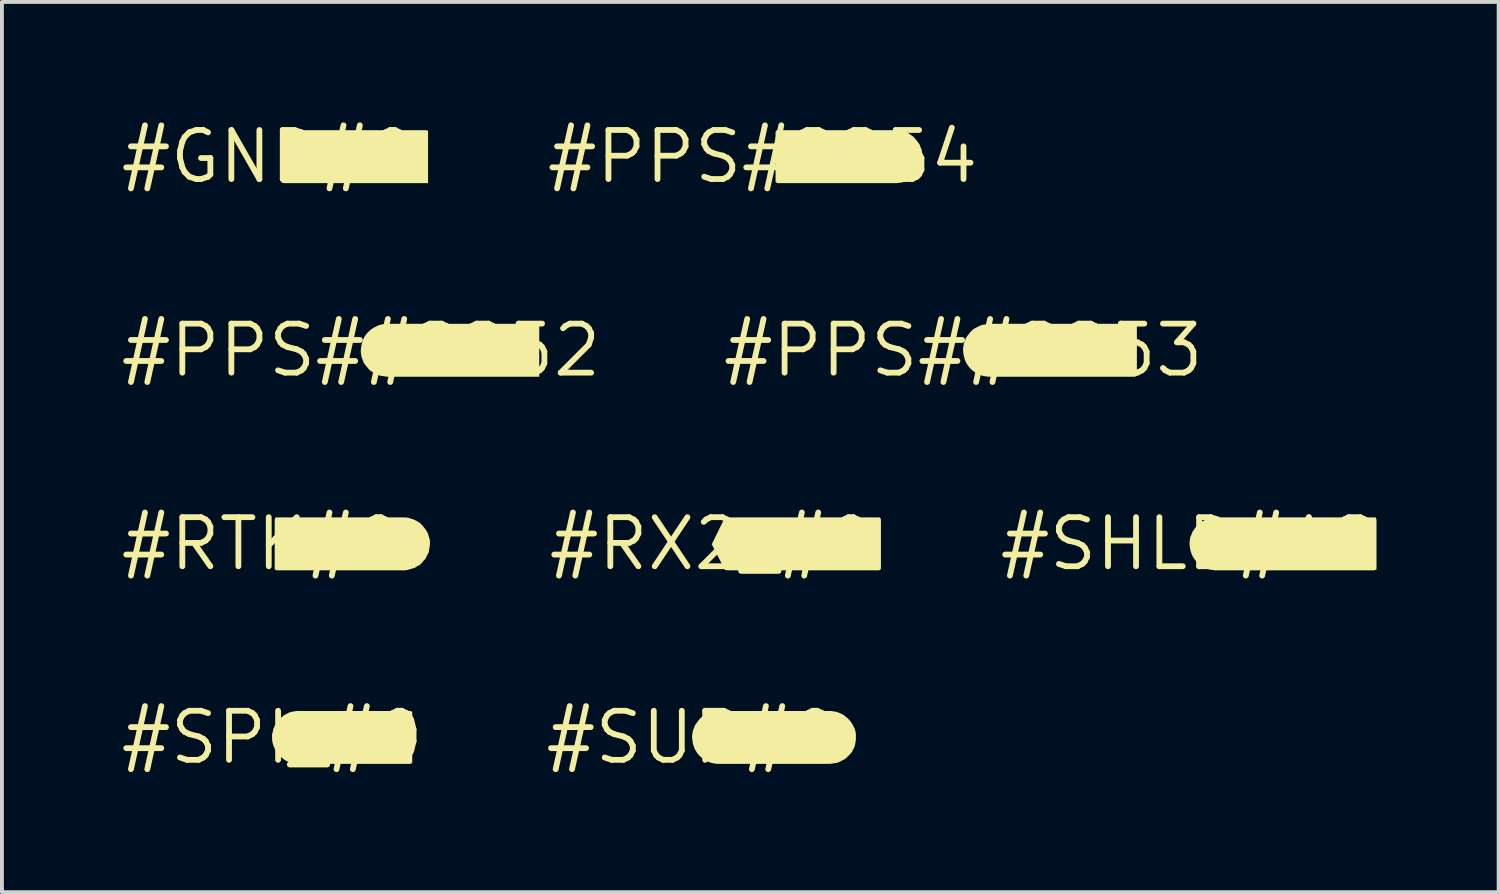
<source format=kicad_pcb>
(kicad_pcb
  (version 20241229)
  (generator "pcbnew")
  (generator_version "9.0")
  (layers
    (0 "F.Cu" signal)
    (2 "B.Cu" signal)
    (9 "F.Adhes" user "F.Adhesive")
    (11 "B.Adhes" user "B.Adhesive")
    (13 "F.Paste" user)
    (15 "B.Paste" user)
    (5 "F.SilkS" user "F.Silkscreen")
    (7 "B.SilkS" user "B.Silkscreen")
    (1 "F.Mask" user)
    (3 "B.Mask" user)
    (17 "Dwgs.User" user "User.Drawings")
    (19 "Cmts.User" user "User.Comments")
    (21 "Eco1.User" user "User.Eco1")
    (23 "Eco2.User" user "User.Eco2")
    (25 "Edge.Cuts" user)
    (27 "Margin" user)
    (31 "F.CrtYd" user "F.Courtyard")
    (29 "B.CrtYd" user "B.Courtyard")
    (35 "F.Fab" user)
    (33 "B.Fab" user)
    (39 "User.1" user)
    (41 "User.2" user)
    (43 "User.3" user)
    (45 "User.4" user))
  (footprint "#PPS##2252"
    (layer "F.Cu")
    (at 6.297 6.019)
    (property "Reference" "#PPS##2252" (at 0 0 0) (layer "F.SilkS") (effects (font (size 1.27 1.27) (thickness 0.15))))
    (fp_poly (pts (xy 1.182 -0.245) (xy 1.235 -0.192) (xy 1.245 -0.12) (xy 1.224 -0.057) (xy 1.172 -0.015) (xy 0.988 -0.015) (xy 0.955 -0.058) (xy 0.955 -0.201) (xy 0.977 -0.255) (xy 1.11 -0.255)) (stroke (width 0) (type default)) (fill yes) (layer "F.SilkS"))
    (fp_poly (pts (xy 2.143 -0.224) (xy 2.185 -0.172) (xy 2.185 -0.098) (xy 2.143 -0.046) (xy 2.041 -0.015) (xy 1.906 -0.015) (xy 1.895 -0.09) (xy 1.895 -0.223) (xy 1.938 -0.255) (xy 2.081 -0.255)) (stroke (width 0) (type default)) (fill yes) (layer "F.SilkS"))
    (fp_poly (pts (xy 4.615 -0.685) (xy 4.615 0.685) (xy 0.68 0.685) (xy 0.609 0.675) (xy 0.539 0.665) (xy 0.479 0.655) (xy 0.408 0.625) (xy 0.348 0.594) (xy 0.297 0.564) (xy 0.237 0.524) (xy 0.186 0.473) (xy 0.146 0.423) (xy 0.106 0.373) (xy 0.065 0.312) (xy 0.045 0.252) (xy 0.015 0.181) (xy 0.005 0.121) (xy -0.005 0.05) (xy -0.005 -0.02) (xy 0.005 -0.091) (xy 0.015 -0.151) (xy 0.035 -0.221) (xy 0.055 -0.282) (xy 0.086 -0.343) (xy 0.126 -0.403) (xy 0.166 -0.453) (xy 0.217 -0.504) (xy 0.267 -0.544) (xy 0.327 -0.584) (xy 0.448 -0.645) (xy 0.519 -0.665) (xy 0.579 -0.675) (xy 0.65 -0.685)) (stroke (width 0) (type default)) (fill yes) (layer "F.SilkS")))
  (footprint "#RX2_#0"
    (layer "F.Cu")
    (at 15.383 11.031)
    (property "Reference" "#RX2_#0" (at 0 0 0) (layer "F.SilkS") (effects (font (size 1.27 1.27) (thickness 0.15))))
    (fp_poly (pts (xy 1.183 -0.244) (xy 1.235 -0.192) (xy 1.245 -0.119) (xy 1.214 -0.056) (xy 1.161 -0.025) (xy 1.018 -0.025) (xy 0.955 -0.067) (xy 0.955 -0.211) (xy 0.977 -0.265) (xy 1.121 -0.265)) (stroke (width 0) (type default)) (fill yes) (layer "F.SilkS"))
    (fp_poly (pts (xy 4.343 -0.685) (xy 4.375 -0.642) (xy 4.375 0.652) (xy 4.332 0.685) (xy 0.4 0.685) (xy 0.337 0.675) (xy -0.006 0.01) (xy 0.026 -0.052) (xy 0.326 -0.664) (xy 0.389 -0.685)) (stroke (width 0) (type default)) (fill yes) (layer "F.SilkS")))
  (footprint "#SPI_#0"
    (layer "F.Cu")
    (at 3.999 16.043)
    (property "Reference" "#SPI_#0" (at 0 0 0) (layer "F.SilkS") (effects (font (size 1.27 1.27) (thickness 0.15))))
    (fp_poly (pts (xy 2.072 -0.234) (xy 2.125 -0.193) (xy 2.135 -0.12) (xy 2.114 -0.056) (xy 2.011 -0.015) (xy 1.877 -0.015) (xy 1.855 -0.069) (xy 1.855 -0.201) (xy 1.877 -0.255) (xy 2.011 -0.255)) (stroke (width 0) (type default)) (fill yes) (layer "F.SilkS"))
    (fp_poly (pts (xy 3.592 -0.685) (xy 3.625 -0.652) (xy 3.625 0.642) (xy 3.592 0.685) (xy 0.68 0.685) (xy 0.619 0.675) (xy 0.549 0.665) (xy 0.479 0.655) (xy 0.418 0.635) (xy 0.357 0.604) (xy 0.297 0.564) (xy 0.247 0.524) (xy 0.197 0.484) (xy 0.146 0.433) (xy 0.106 0.373) (xy 0.045 0.252) (xy 0.025 0.191) (xy 0.005 0.121) (xy -0.005 0.05) (xy -0.005 -0.081) (xy 0.015 -0.151) (xy 0.025 -0.211) (xy 0.055 -0.282) (xy 0.086 -0.343) (xy 0.126 -0.393) (xy 0.166 -0.453) (xy 0.207 -0.494) (xy 0.267 -0.544) (xy 0.317 -0.584) (xy 0.438 -0.645) (xy 0.509 -0.665) (xy 0.569 -0.675) (xy 0.64 -0.685)) (stroke (width 0) (type default)) (fill yes) (layer "F.SilkS")))
  (footprint "#GND#0"
    (layer "F.Cu")
    (at 3.908 1.006)
    (property "Reference" "#GND#0" (at 0 0 0) (layer "F.SilkS") (effects (font (size 1.27 1.27) (thickness 0.15))))
    (fp_poly (pts (xy 4.06 -0.685) (xy 4.125 -0.674) (xy 4.125 0.685) (xy 0.4 0.685) (xy 0.335 0.674) (xy 0.335 -0.685)) (stroke (width 0) (type default)) (fill yes) (layer "F.SilkS"))
    (fp_poly (pts (xy 3.283 -0.224) (xy 3.334 -0.184) (xy 3.374 -0.133) (xy 3.405 -0.072) (xy 3.415 0) (xy 3.405 0.072) (xy 3.374 0.133) (xy 3.334 0.183) (xy 3.283 0.234) (xy 3.251 0.245) (xy 3.046 0.245) (xy 3.035 0.18) (xy 3.035 -0.223) (xy 3.078 -0.255) (xy 3.221 -0.255)) (stroke (width 0) (type default)) (fill yes) (layer "F.SilkS")))
  (footprint "#PPS##2253"
    (layer "F.Cu")
    (at 21.89 6.019)
    (property "Reference" "#PPS##2253" (at 0 0 0) (layer "F.SilkS") (effects (font (size 1.27 1.27) (thickness 0.15))))
    (fp_poly (pts (xy 1.204 -0.224) (xy 1.235 -0.172) (xy 1.245 -0.099) (xy 1.203 -0.046) (xy 1.101 -0.015) (xy 0.955 -0.015) (xy 0.955 -0.223) (xy 0.998 -0.255) (xy 1.141 -0.255)) (stroke (width 0) (type default)) (fill yes) (layer "F.SilkS"))
    (fp_poly (pts (xy 2.154 -0.213) (xy 2.185 -0.151) (xy 2.175 -0.078) (xy 2.133 -0.026) (xy 2.091 -0.015) (xy 1.949 -0.015) (xy 1.895 -0.037) (xy 1.895 -0.244) (xy 1.96 -0.255) (xy 2.102 -0.255)) (stroke (width 0) (type default)) (fill yes) (layer "F.SilkS"))
    (fp_poly (pts (xy 4.495 -0.631) (xy 4.495 0.663) (xy 4.441 0.685) (xy 0.65 0.685) (xy 0.579 0.675) (xy 0.519 0.665) (xy 0.448 0.645) (xy 0.327 0.584) (xy 0.267 0.544) (xy 0.217 0.504) (xy 0.166 0.453) (xy 0.126 0.403) (xy 0.086 0.343) (xy 0.055 0.282) (xy 0.035 0.221) (xy 0.015 0.151) (xy 0.005 0.091) (xy -0.005 0.02) (xy -0.005 -0.05) (xy 0.005 -0.111) (xy 0.015 -0.182) (xy 0.045 -0.242) (xy 0.065 -0.312) (xy 0.106 -0.373) (xy 0.146 -0.423) (xy 0.186 -0.473) (xy 0.237 -0.524) (xy 0.287 -0.564) (xy 0.348 -0.594) (xy 0.408 -0.625) (xy 0.479 -0.655) (xy 0.539 -0.665) (xy 0.609 -0.675) (xy 0.68 -0.685) (xy 4.473 -0.685)) (stroke (width 0) (type default)) (fill yes) (layer "F.SilkS")))
  (footprint "#SUP#0"
    (layer "F.Cu")
    (at 14.875 16.043)
    (property "Reference" "#SUP#0" (at 0 0 0) (layer "F.SilkS") (effects (font (size 1.27 1.27) (thickness 0.15))))
    (fp_poly (pts (xy 3.123 -0.234) (xy 3.175 -0.182) (xy 3.185 -0.109) (xy 3.154 -0.046) (xy 3.051 -0.015) (xy 2.906 -0.015) (xy 2.895 -0.07) (xy 2.895 -0.212) (xy 2.928 -0.255) (xy 3.061 -0.255)) (stroke (width 0) (type default)) (fill yes) (layer "F.SilkS"))
    (fp_poly (pts (xy 3.59 -0.685) (xy 3.651 -0.675) (xy 3.721 -0.665) (xy 3.782 -0.645) (xy 3.852 -0.615) (xy 3.913 -0.584) (xy 3.963 -0.544) (xy 4.013 -0.504) (xy 4.064 -0.453) (xy 4.104 -0.403) (xy 4.144 -0.343) (xy 4.205 -0.222) (xy 4.225 -0.151) (xy 4.235 -0.09) (xy 4.235 0.05) (xy 4.225 0.121) (xy 4.215 0.181) (xy 4.195 0.252) (xy 4.134 0.373) (xy 4.094 0.423) (xy 4.044 0.474) (xy 3.993 0.524) (xy 3.943 0.564) (xy 3.762 0.655) (xy 3.691 0.665) (xy 3.621 0.675) (xy 3.56 0.685) (xy 0.65 0.685) (xy 0.579 0.675) (xy 0.519 0.665) (xy 0.448 0.645) (xy 0.327 0.584) (xy 0.267 0.544) (xy 0.217 0.504) (xy 0.166 0.453) (xy 0.126 0.403) (xy 0.086 0.343) (xy 0.055 0.282) (xy 0.035 0.222) (xy 0.015 0.161) (xy 0.005 0.091) (xy -0.005 0.02) (xy -0.005 -0.05) (xy 0.005 -0.111) (xy 0.015 -0.182) (xy 0.045 -0.242) (xy 0.065 -0.312) (xy 0.106 -0.363) (xy 0.146 -0.423) (xy 0.186 -0.473) (xy 0.237 -0.524) (xy 0.287 -0.564) (xy 0.468 -0.655) (xy 0.539 -0.665) (xy 0.609 -0.675) (xy 0.67 -0.685)) (stroke (width 0) (type default)) (fill yes) (layer "F.SilkS")))
  (footprint "#RTK#0"
    (layer "F.Cu")
    (at 3.727 11.031)
    (property "Reference" "#RTK#0" (at 0 0 0) (layer "F.SilkS") (effects (font (size 1.27 1.27) (thickness 0.15))))
    (fp_poly (pts (xy 1.152 -0.255) (xy 1.214 -0.224) (xy 1.245 -0.161) (xy 1.235 -0.088) (xy 1.182 -0.035) (xy 1.12 -0.025) (xy 0.979 -0.025) (xy 0.955 -0.037) (xy 0.955 -0.254) (xy 1.02 -0.265) (xy 1.09 -0.265)) (stroke (width 0) (type default)) (fill yes) (layer "F.SilkS"))
    (fp_poly (pts (xy 3.73 -0.685) (xy 3.791 -0.675) (xy 3.861 -0.655) (xy 3.922 -0.635) (xy 3.992 -0.604) (xy 4.043 -0.574) (xy 4.103 -0.534) (xy 4.154 -0.483) (xy 4.194 -0.433) (xy 4.234 -0.383) (xy 4.274 -0.323) (xy 4.305 -0.262) (xy 4.325 -0.191) (xy 4.345 -0.131) (xy 4.355 -0.06) (xy 4.355 0.01) (xy 4.345 0.081) (xy 4.335 0.141) (xy 4.325 0.212) (xy 4.234 0.393) (xy 4.184 0.443) (xy 4.144 0.493) (xy 4.093 0.544) (xy 4.033 0.574) (xy 3.972 0.615) (xy 3.911 0.635) (xy 3.841 0.655) (xy 3.781 0.675) (xy 3.71 0.685) (xy 0.389 0.685) (xy 0.335 0.663) (xy 0.335 -0.631) (xy 0.357 -0.685)) (stroke (width 0) (type default)) (fill yes) (layer "F.SilkS")))
  (footprint "#PPS#2254"
    (layer "F.Cu")
    (at 16.695 1.006)
    (property "Reference" "#PPS#2254" (at 0 0 0) (layer "F.SilkS") (effects (font (size 1.27 1.27) (thickness 0.15))))
    (fp_poly (pts (xy 1.162 -0.245) (xy 1.224 -0.213) (xy 1.245 -0.14) (xy 1.235 -0.067) (xy 1.182 -0.025) (xy 1.141 -0.015) (xy 0.998 -0.015) (xy 0.955 -0.048) (xy 0.955 -0.255) (xy 1.1 -0.255)) (stroke (width 0) (type default)) (fill yes) (layer "F.SilkS"))
    (fp_poly (pts (xy 2.122 -0.245) (xy 2.175 -0.192) (xy 2.185 -0.13) (xy 2.164 -0.057) (xy 2.112 -0.015) (xy 1.927 -0.015) (xy 1.895 -0.058) (xy 1.895 -0.201) (xy 1.917 -0.255) (xy 2.05 -0.255)) (stroke (width 0) (type default)) (fill yes) (layer "F.SilkS"))
    (fp_poly (pts (xy 3.45 -0.685) (xy 3.521 -0.675) (xy 3.591 -0.665) (xy 3.651 -0.655) (xy 3.712 -0.635) (xy 3.783 -0.604) (xy 3.833 -0.564) (xy 3.893 -0.524) (xy 3.944 -0.473) (xy 3.984 -0.423) (xy 4.024 -0.373) (xy 4.065 -0.312) (xy 4.085 -0.252) (xy 4.115 -0.192) (xy 4.125 -0.121) (xy 4.135 -0.05) (xy 4.135 0.08) (xy 4.125 0.151) (xy 4.105 0.212) (xy 4.075 0.282) (xy 4.044 0.342) (xy 4.014 0.393) (xy 3.964 0.453) (xy 3.923 0.504) (xy 3.863 0.544) (xy 3.813 0.584) (xy 3.692 0.645) (xy 3.621 0.665) (xy 3.561 0.675) (xy 3.49 0.685) (xy 0.378 0.685) (xy 0.335 0.652) (xy 0.335 -0.642) (xy 0.367 -0.685)) (stroke (width 0) (type default)) (fill yes) (layer "F.SilkS")))
  (footprint "#SHLD#12"
    (layer "F.Cu")
    (at 27.754 11.031)
    (property "Reference" "#SHLD#12" (at 0 0 0) (layer "F.SilkS") (effects (font (size 1.27 1.27) (thickness 0.15))))
    (fp_poly (pts (xy 3.983 -0.224) (xy 4.033 -0.184) (xy 4.084 -0.133) (xy 4.105 -0.071) (xy 4.115 0) (xy 4.105 0.071) (xy 4.084 0.133) (xy 4.033 0.184) (xy 3.983 0.224) (xy 3.962 0.245) (xy 3.756 0.245) (xy 3.745 0.19) (xy 3.745 -0.222) (xy 3.778 -0.255) (xy 3.921 -0.255)) (stroke (width 0) (type default)) (fill yes) (layer "F.SilkS"))
    (fp_poly (pts (xy 4.813 -0.685) (xy 4.835 -0.631) (xy 4.835 0.663) (xy 4.781 0.685) (xy 0.65 0.685) (xy 0.579 0.675) (xy 0.519 0.665) (xy 0.448 0.645) (xy 0.327 0.584) (xy 0.267 0.544) (xy 0.217 0.504) (xy 0.166 0.453) (xy 0.126 0.403) (xy 0.086 0.343) (xy 0.055 0.282) (xy 0.035 0.222) (xy 0.015 0.161) (xy 0.005 0.091) (xy -0.005 0.02) (xy -0.005 -0.05) (xy 0.005 -0.111) (xy 0.015 -0.182) (xy 0.045 -0.242) (xy 0.065 -0.302) (xy 0.146 -0.423) (xy 0.186 -0.473) (xy 0.237 -0.524) (xy 0.287 -0.564) (xy 0.468 -0.655) (xy 0.539 -0.665) (xy 0.609 -0.675) (xy 0.67 -0.685)) (stroke (width 0) (type default)) (fill yes) (layer "F.SilkS")))
  (gr_rect
    (start -3 -3)
    (end 35.751 20.05)
    (stroke (width 0.1) (type default))
    (fill no)
    (layer "Edge.Cuts")))
</source>
